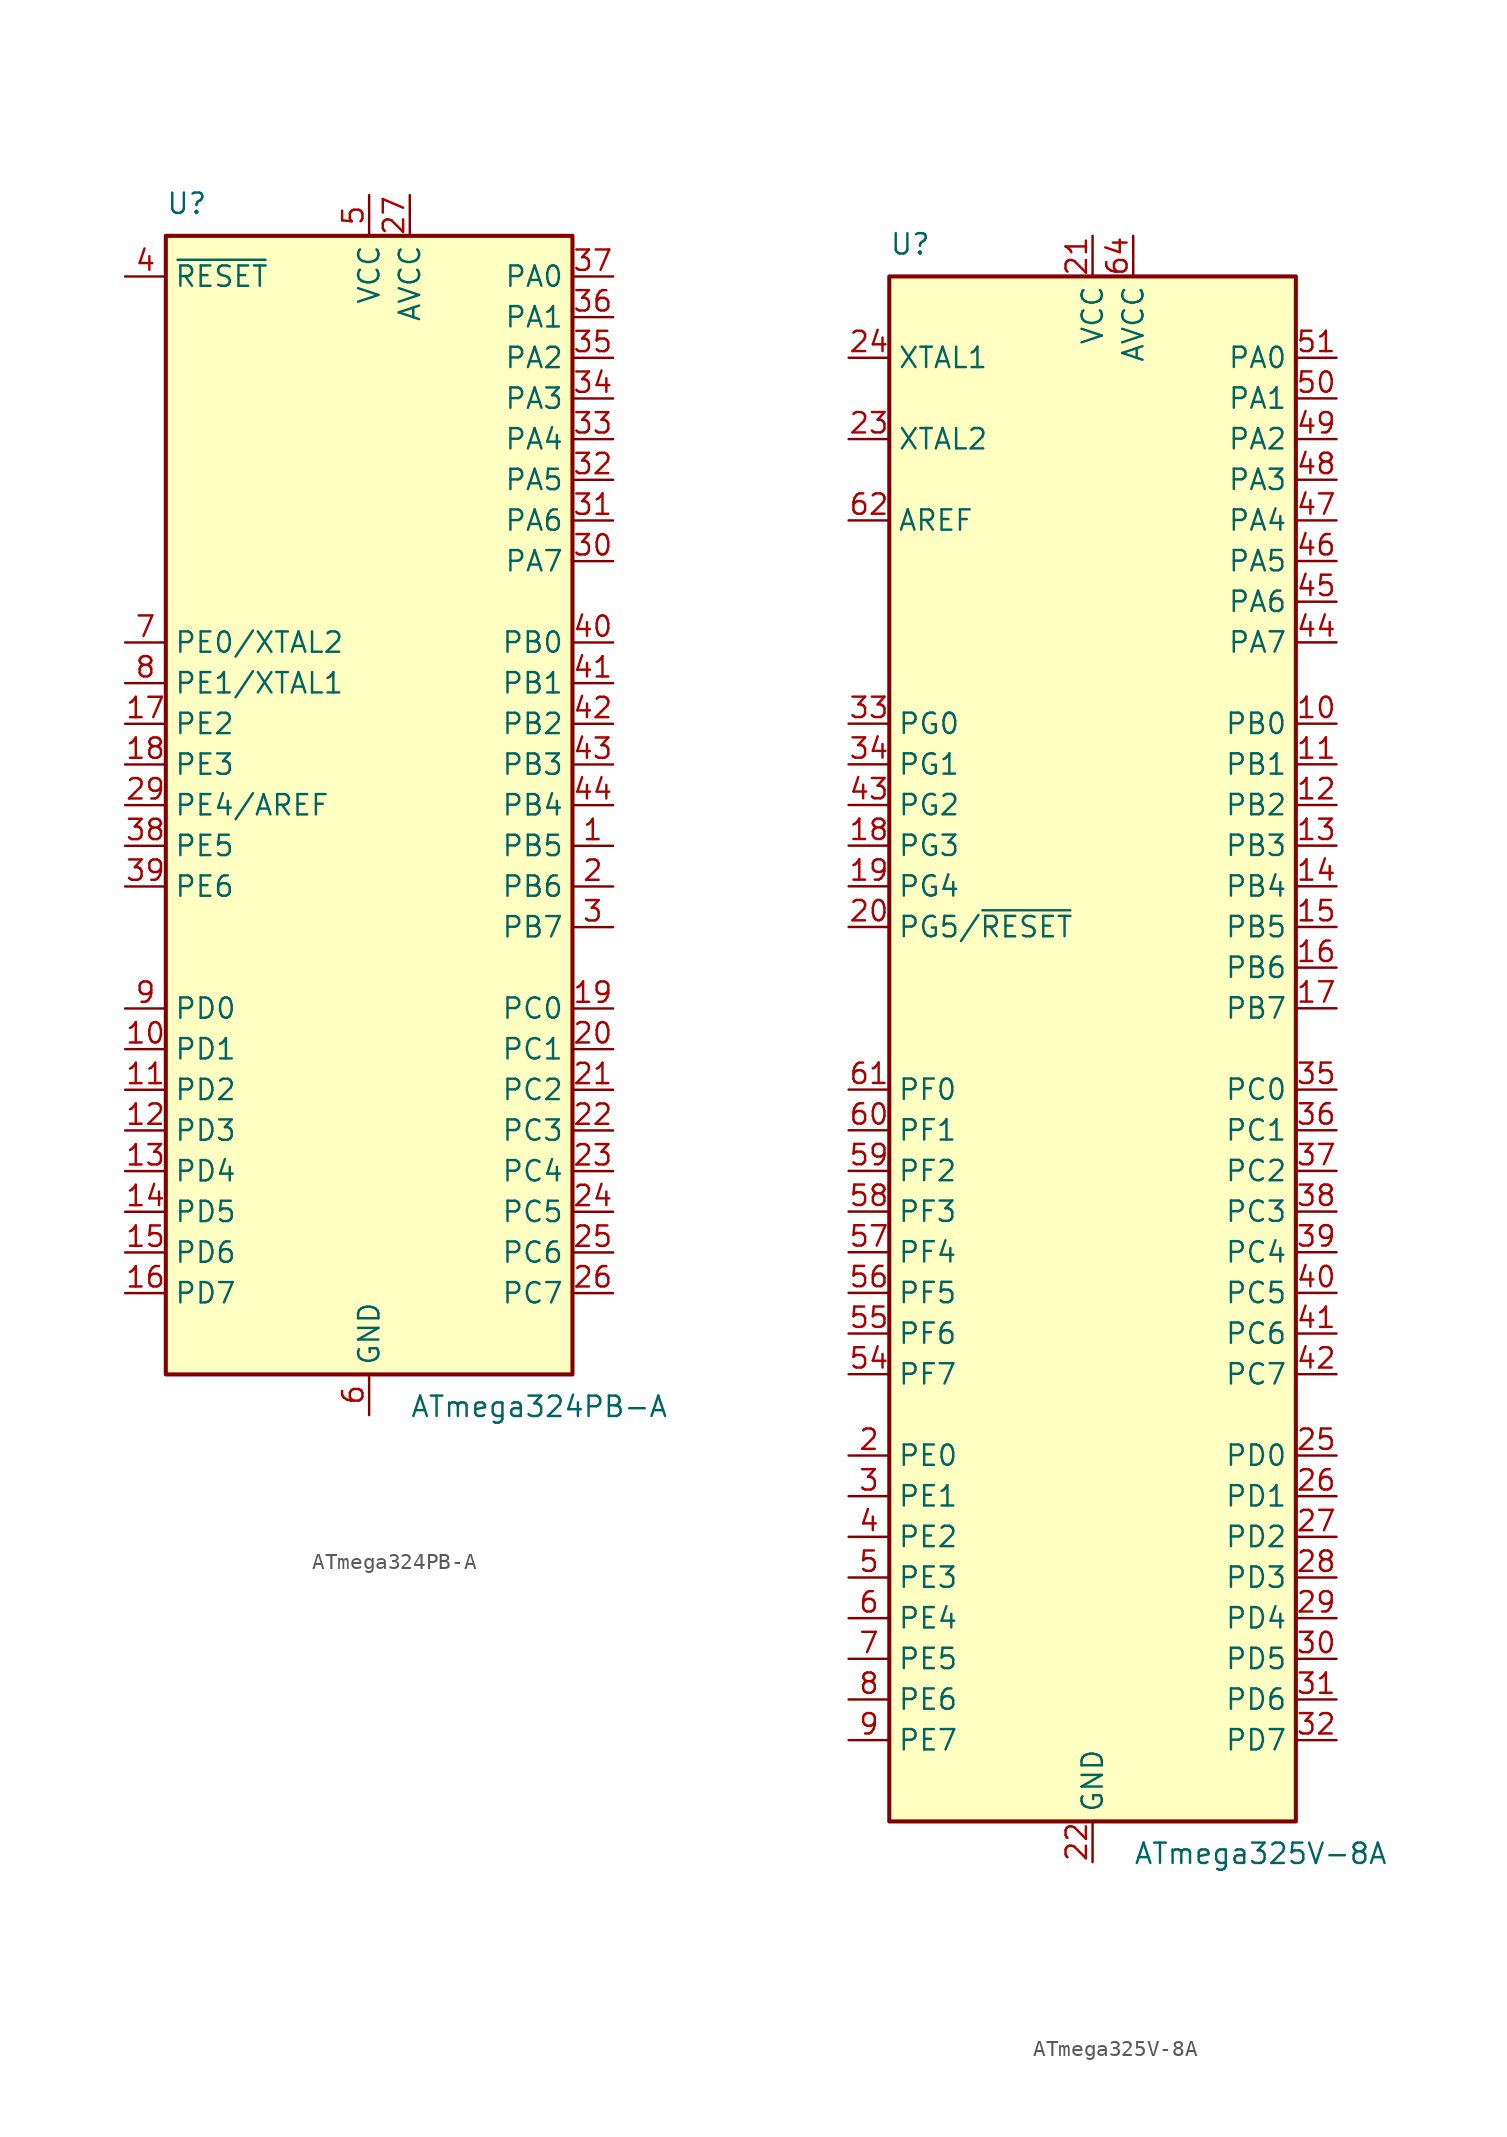
<source format=kicad_sym>
(kicad_symbol_lib
  (version 20211014)
  (generator kicad_symbol_editor)
  (symbol "ATmega324PB-A"
    (property "Reference" "U"
      (at -12.7 36.83 0)
      (effects (font (size 1.27 1.27)) (justify left bottom)))
    (property "Value" "ATmega324PB-A"
      (at 2.54 -36.83 0)
      (effects (font (size 1.27 1.27)) (justify left top)))
    (symbol "ATmega324PB-A_0_1"
      (rectangle (start -12.7 -35.56) (end 12.7 35.56) (stroke (width 0.254) (type default) (color 0 0 0 0)) (fill (type background))))
    (symbol "ATmega324PB-A_1_1"
      (pin bidirectional line (at 15.24 -2.54 180) (length 2.54) (name "PB5" (effects (font (size 1.27 1.27)))) (number "1" (effects (font (size 1.27 1.27)))))
      (pin bidirectional line (at -15.24 -15.24 0) (length 2.54) (name "PD1" (effects (font (size 1.27 1.27)))) (number "10" (effects (font (size 1.27 1.27)))))
      (pin bidirectional line (at -15.24 -17.78 0) (length 2.54) (name "PD2" (effects (font (size 1.27 1.27)))) (number "11" (effects (font (size 1.27 1.27)))))
      (pin bidirectional line (at -15.24 -20.32 0) (length 2.54) (name "PD3" (effects (font (size 1.27 1.27)))) (number "12" (effects (font (size 1.27 1.27)))))
      (pin bidirectional line (at -15.24 -22.86 0) (length 2.54) (name "PD4" (effects (font (size 1.27 1.27)))) (number "13" (effects (font (size 1.27 1.27)))))
      (pin bidirectional line (at -15.24 -25.4 0) (length 2.54) (name "PD5" (effects (font (size 1.27 1.27)))) (number "14" (effects (font (size 1.27 1.27)))))
      (pin bidirectional line (at -15.24 -27.94 0) (length 2.54) (name "PD6" (effects (font (size 1.27 1.27)))) (number "15" (effects (font (size 1.27 1.27)))))
      (pin bidirectional line (at -15.24 -30.48 0) (length 2.54) (name "PD7" (effects (font (size 1.27 1.27)))) (number "16" (effects (font (size 1.27 1.27)))))
      (pin bidirectional line (at -15.24 5.08 0) (length 2.54) (name "PE2" (effects (font (size 1.27 1.27)))) (number "17" (effects (font (size 1.27 1.27)))))
      (pin bidirectional line (at -15.24 2.54 0) (length 2.54) (name "PE3" (effects (font (size 1.27 1.27)))) (number "18" (effects (font (size 1.27 1.27)))))
      (pin bidirectional line (at 15.24 -12.7 180) (length 2.54) (name "PC0" (effects (font (size 1.27 1.27)))) (number "19" (effects (font (size 1.27 1.27)))))
      (pin bidirectional line (at 15.24 -5.08 180) (length 2.54) (name "PB6" (effects (font (size 1.27 1.27)))) (number "2" (effects (font (size 1.27 1.27)))))
      (pin bidirectional line (at 15.24 -15.24 180) (length 2.54) (name "PC1" (effects (font (size 1.27 1.27)))) (number "20" (effects (font (size 1.27 1.27)))))
      (pin bidirectional line (at 15.24 -17.78 180) (length 2.54) (name "PC2" (effects (font (size 1.27 1.27)))) (number "21" (effects (font (size 1.27 1.27)))))
      (pin bidirectional line (at 15.24 -20.32 180) (length 2.54) (name "PC3" (effects (font (size 1.27 1.27)))) (number "22" (effects (font (size 1.27 1.27)))))
      (pin bidirectional line (at 15.24 -22.86 180) (length 2.54) (name "PC4" (effects (font (size 1.27 1.27)))) (number "23" (effects (font (size 1.27 1.27)))))
      (pin bidirectional line (at 15.24 -25.4 180) (length 2.54) (name "PC5" (effects (font (size 1.27 1.27)))) (number "24" (effects (font (size 1.27 1.27)))))
      (pin bidirectional line (at 15.24 -27.94 180) (length 2.54) (name "PC6" (effects (font (size 1.27 1.27)))) (number "25" (effects (font (size 1.27 1.27)))))
      (pin bidirectional line (at 15.24 -30.48 180) (length 2.54) (name "PC7" (effects (font (size 1.27 1.27)))) (number "26" (effects (font (size 1.27 1.27)))))
      (pin power_in line (at 2.54 38.1 270) (length 2.54) (name "AVCC" (effects (font (size 1.27 1.27)))) (number "27" (effects (font (size 1.27 1.27)))))
      (pin passive line (at 0 -38.1 90) (length 2.54) hide (name "GND" (effects (font (size 1.27 1.27)))) (number "28" (effects (font (size 1.27 1.27)))))
      (pin bidirectional line (at -15.24 0 0) (length 2.54) (name "PE4/AREF" (effects (font (size 1.27 1.27)))) (number "29" (effects (font (size 1.27 1.27)))))
      (pin bidirectional line (at 15.24 -7.62 180) (length 2.54) (name "PB7" (effects (font (size 1.27 1.27)))) (number "3" (effects (font (size 1.27 1.27)))))
      (pin bidirectional line (at 15.24 15.24 180) (length 2.54) (name "PA7" (effects (font (size 1.27 1.27)))) (number "30" (effects (font (size 1.27 1.27)))))
      (pin bidirectional line (at 15.24 17.78 180) (length 2.54) (name "PA6" (effects (font (size 1.27 1.27)))) (number "31" (effects (font (size 1.27 1.27)))))
      (pin bidirectional line (at 15.24 20.32 180) (length 2.54) (name "PA5" (effects (font (size 1.27 1.27)))) (number "32" (effects (font (size 1.27 1.27)))))
      (pin bidirectional line (at 15.24 22.86 180) (length 2.54) (name "PA4" (effects (font (size 1.27 1.27)))) (number "33" (effects (font (size 1.27 1.27)))))
      (pin bidirectional line (at 15.24 25.4 180) (length 2.54) (name "PA3" (effects (font (size 1.27 1.27)))) (number "34" (effects (font (size 1.27 1.27)))))
      (pin bidirectional line (at 15.24 27.94 180) (length 2.54) (name "PA2" (effects (font (size 1.27 1.27)))) (number "35" (effects (font (size 1.27 1.27)))))
      (pin bidirectional line (at 15.24 30.48 180) (length 2.54) (name "PA1" (effects (font (size 1.27 1.27)))) (number "36" (effects (font (size 1.27 1.27)))))
      (pin bidirectional line (at 15.24 33.02 180) (length 2.54) (name "PA0" (effects (font (size 1.27 1.27)))) (number "37" (effects (font (size 1.27 1.27)))))
      (pin bidirectional line (at -15.24 -2.54 0) (length 2.54) (name "PE5" (effects (font (size 1.27 1.27)))) (number "38" (effects (font (size 1.27 1.27)))))
      (pin bidirectional line (at -15.24 -5.08 0) (length 2.54) (name "PE6" (effects (font (size 1.27 1.27)))) (number "39" (effects (font (size 1.27 1.27)))))
      (pin input line (at -15.24 33.02 0) (length 2.54) (name "~{RESET}" (effects (font (size 1.27 1.27)))) (number "4" (effects (font (size 1.27 1.27)))))
      (pin bidirectional line (at 15.24 10.16 180) (length 2.54) (name "PB0" (effects (font (size 1.27 1.27)))) (number "40" (effects (font (size 1.27 1.27)))))
      (pin bidirectional line (at 15.24 7.62 180) (length 2.54) (name "PB1" (effects (font (size 1.27 1.27)))) (number "41" (effects (font (size 1.27 1.27)))))
      (pin bidirectional line (at 15.24 5.08 180) (length 2.54) (name "PB2" (effects (font (size 1.27 1.27)))) (number "42" (effects (font (size 1.27 1.27)))))
      (pin bidirectional line (at 15.24 2.54 180) (length 2.54) (name "PB3" (effects (font (size 1.27 1.27)))) (number "43" (effects (font (size 1.27 1.27)))))
      (pin bidirectional line (at 15.24 0 180) (length 2.54) (name "PB4" (effects (font (size 1.27 1.27)))) (number "44" (effects (font (size 1.27 1.27)))))
      (pin power_in line (at 0 38.1 270) (length 2.54) (name "VCC" (effects (font (size 1.27 1.27)))) (number "5" (effects (font (size 1.27 1.27)))))
      (pin power_in line (at 0 -38.1 90) (length 2.54) (name "GND" (effects (font (size 1.27 1.27)))) (number "6" (effects (font (size 1.27 1.27)))))
      (pin bidirectional line (at -15.24 10.16 0) (length 2.54) (name "PE0/XTAL2" (effects (font (size 1.27 1.27)))) (number "7" (effects (font (size 1.27 1.27)))))
      (pin bidirectional line (at -15.24 7.62 0) (length 2.54) (name "PE1/XTAL1" (effects (font (size 1.27 1.27)))) (number "8" (effects (font (size 1.27 1.27)))))
      (pin bidirectional line (at -15.24 -12.7 0) (length 2.54) (name "PD0" (effects (font (size 1.27 1.27)))) (number "9" (effects (font (size 1.27 1.27)))))))
  (symbol "ATmega325V-8A"
    (property "Reference" "U"
      (at -12.7 49.53 0)
      (effects (font (size 1.27 1.27)) (justify left bottom)))
    (property "Value" "ATmega325V-8A"
      (at 2.54 -49.53 0)
      (effects (font (size 1.27 1.27)) (justify left top)))
    (symbol "ATmega325V-8A_0_1"
      (rectangle (start -12.7 -48.26) (end 12.7 48.26) (stroke (width 0.254) (type default) (color 0 0 0 0)) (fill (type background))))
    (symbol "ATmega325V-8A_1_1"
      (pin no_connect line (at -12.7 -45.72 0) (length 2.54) hide (name "NC" (effects (font (size 1.27 1.27)))) (number "1" (effects (font (size 1.27 1.27)))))
      (pin bidirectional line (at 15.24 20.32 180) (length 2.54) (name "PB0" (effects (font (size 1.27 1.27)))) (number "10" (effects (font (size 1.27 1.27)))))
      (pin bidirectional line (at 15.24 17.78 180) (length 2.54) (name "PB1" (effects (font (size 1.27 1.27)))) (number "11" (effects (font (size 1.27 1.27)))))
      (pin bidirectional line (at 15.24 15.24 180) (length 2.54) (name "PB2" (effects (font (size 1.27 1.27)))) (number "12" (effects (font (size 1.27 1.27)))))
      (pin bidirectional line (at 15.24 12.7 180) (length 2.54) (name "PB3" (effects (font (size 1.27 1.27)))) (number "13" (effects (font (size 1.27 1.27)))))
      (pin bidirectional line (at 15.24 10.16 180) (length 2.54) (name "PB4" (effects (font (size 1.27 1.27)))) (number "14" (effects (font (size 1.27 1.27)))))
      (pin bidirectional line (at 15.24 7.62 180) (length 2.54) (name "PB5" (effects (font (size 1.27 1.27)))) (number "15" (effects (font (size 1.27 1.27)))))
      (pin bidirectional line (at 15.24 5.08 180) (length 2.54) (name "PB6" (effects (font (size 1.27 1.27)))) (number "16" (effects (font (size 1.27 1.27)))))
      (pin bidirectional line (at 15.24 2.54 180) (length 2.54) (name "PB7" (effects (font (size 1.27 1.27)))) (number "17" (effects (font (size 1.27 1.27)))))
      (pin bidirectional line (at -15.24 12.7 0) (length 2.54) (name "PG3" (effects (font (size 1.27 1.27)))) (number "18" (effects (font (size 1.27 1.27)))))
      (pin bidirectional line (at -15.24 10.16 0) (length 2.54) (name "PG4" (effects (font (size 1.27 1.27)))) (number "19" (effects (font (size 1.27 1.27)))))
      (pin bidirectional line (at -15.24 -25.4 0) (length 2.54) (name "PE0" (effects (font (size 1.27 1.27)))) (number "2" (effects (font (size 1.27 1.27)))))
      (pin bidirectional line (at -15.24 7.62 0) (length 2.54) (name "PG5/~{RESET}" (effects (font (size 1.27 1.27)))) (number "20" (effects (font (size 1.27 1.27)))))
      (pin power_in line (at 0 50.8 270) (length 2.54) (name "VCC" (effects (font (size 1.27 1.27)))) (number "21" (effects (font (size 1.27 1.27)))))
      (pin power_in line (at 0 -50.8 90) (length 2.54) (name "GND" (effects (font (size 1.27 1.27)))) (number "22" (effects (font (size 1.27 1.27)))))
      (pin output line (at -15.24 38.1 0) (length 2.54) (name "XTAL2" (effects (font (size 1.27 1.27)))) (number "23" (effects (font (size 1.27 1.27)))))
      (pin input line (at -15.24 43.18 0) (length 2.54) (name "XTAL1" (effects (font (size 1.27 1.27)))) (number "24" (effects (font (size 1.27 1.27)))))
      (pin bidirectional line (at 15.24 -25.4 180) (length 2.54) (name "PD0" (effects (font (size 1.27 1.27)))) (number "25" (effects (font (size 1.27 1.27)))))
      (pin bidirectional line (at 15.24 -27.94 180) (length 2.54) (name "PD1" (effects (font (size 1.27 1.27)))) (number "26" (effects (font (size 1.27 1.27)))))
      (pin bidirectional line (at 15.24 -30.48 180) (length 2.54) (name "PD2" (effects (font (size 1.27 1.27)))) (number "27" (effects (font (size 1.27 1.27)))))
      (pin bidirectional line (at 15.24 -33.02 180) (length 2.54) (name "PD3" (effects (font (size 1.27 1.27)))) (number "28" (effects (font (size 1.27 1.27)))))
      (pin bidirectional line (at 15.24 -35.56 180) (length 2.54) (name "PD4" (effects (font (size 1.27 1.27)))) (number "29" (effects (font (size 1.27 1.27)))))
      (pin bidirectional line (at -15.24 -27.94 0) (length 2.54) (name "PE1" (effects (font (size 1.27 1.27)))) (number "3" (effects (font (size 1.27 1.27)))))
      (pin bidirectional line (at 15.24 -38.1 180) (length 2.54) (name "PD5" (effects (font (size 1.27 1.27)))) (number "30" (effects (font (size 1.27 1.27)))))
      (pin bidirectional line (at 15.24 -40.64 180) (length 2.54) (name "PD6" (effects (font (size 1.27 1.27)))) (number "31" (effects (font (size 1.27 1.27)))))
      (pin bidirectional line (at 15.24 -43.18 180) (length 2.54) (name "PD7" (effects (font (size 1.27 1.27)))) (number "32" (effects (font (size 1.27 1.27)))))
      (pin bidirectional line (at -15.24 20.32 0) (length 2.54) (name "PG0" (effects (font (size 1.27 1.27)))) (number "33" (effects (font (size 1.27 1.27)))))
      (pin bidirectional line (at -15.24 17.78 0) (length 2.54) (name "PG1" (effects (font (size 1.27 1.27)))) (number "34" (effects (font (size 1.27 1.27)))))
      (pin bidirectional line (at 15.24 -2.54 180) (length 2.54) (name "PC0" (effects (font (size 1.27 1.27)))) (number "35" (effects (font (size 1.27 1.27)))))
      (pin bidirectional line (at 15.24 -5.08 180) (length 2.54) (name "PC1" (effects (font (size 1.27 1.27)))) (number "36" (effects (font (size 1.27 1.27)))))
      (pin bidirectional line (at 15.24 -7.62 180) (length 2.54) (name "PC2" (effects (font (size 1.27 1.27)))) (number "37" (effects (font (size 1.27 1.27)))))
      (pin bidirectional line (at 15.24 -10.16 180) (length 2.54) (name "PC3" (effects (font (size 1.27 1.27)))) (number "38" (effects (font (size 1.27 1.27)))))
      (pin bidirectional line (at 15.24 -12.7 180) (length 2.54) (name "PC4" (effects (font (size 1.27 1.27)))) (number "39" (effects (font (size 1.27 1.27)))))
      (pin bidirectional line (at -15.24 -30.48 0) (length 2.54) (name "PE2" (effects (font (size 1.27 1.27)))) (number "4" (effects (font (size 1.27 1.27)))))
      (pin bidirectional line (at 15.24 -15.24 180) (length 2.54) (name "PC5" (effects (font (size 1.27 1.27)))) (number "40" (effects (font (size 1.27 1.27)))))
      (pin bidirectional line (at 15.24 -17.78 180) (length 2.54) (name "PC6" (effects (font (size 1.27 1.27)))) (number "41" (effects (font (size 1.27 1.27)))))
      (pin bidirectional line (at 15.24 -20.32 180) (length 2.54) (name "PC7" (effects (font (size 1.27 1.27)))) (number "42" (effects (font (size 1.27 1.27)))))
      (pin bidirectional line (at -15.24 15.24 0) (length 2.54) (name "PG2" (effects (font (size 1.27 1.27)))) (number "43" (effects (font (size 1.27 1.27)))))
      (pin bidirectional line (at 15.24 25.4 180) (length 2.54) (name "PA7" (effects (font (size 1.27 1.27)))) (number "44" (effects (font (size 1.27 1.27)))))
      (pin bidirectional line (at 15.24 27.94 180) (length 2.54) (name "PA6" (effects (font (size 1.27 1.27)))) (number "45" (effects (font (size 1.27 1.27)))))
      (pin bidirectional line (at 15.24 30.48 180) (length 2.54) (name "PA5" (effects (font (size 1.27 1.27)))) (number "46" (effects (font (size 1.27 1.27)))))
      (pin bidirectional line (at 15.24 33.02 180) (length 2.54) (name "PA4" (effects (font (size 1.27 1.27)))) (number "47" (effects (font (size 1.27 1.27)))))
      (pin bidirectional line (at 15.24 35.56 180) (length 2.54) (name "PA3" (effects (font (size 1.27 1.27)))) (number "48" (effects (font (size 1.27 1.27)))))
      (pin bidirectional line (at 15.24 38.1 180) (length 2.54) (name "PA2" (effects (font (size 1.27 1.27)))) (number "49" (effects (font (size 1.27 1.27)))))
      (pin bidirectional line (at -15.24 -33.02 0) (length 2.54) (name "PE3" (effects (font (size 1.27 1.27)))) (number "5" (effects (font (size 1.27 1.27)))))
      (pin bidirectional line (at 15.24 40.64 180) (length 2.54) (name "PA1" (effects (font (size 1.27 1.27)))) (number "50" (effects (font (size 1.27 1.27)))))
      (pin bidirectional line (at 15.24 43.18 180) (length 2.54) (name "PA0" (effects (font (size 1.27 1.27)))) (number "51" (effects (font (size 1.27 1.27)))))
      (pin passive line (at 0 50.8 270) (length 2.54) hide (name "VCC" (effects (font (size 1.27 1.27)))) (number "52" (effects (font (size 1.27 1.27)))))
      (pin passive line (at 0 -50.8 90) (length 2.54) hide (name "GND" (effects (font (size 1.27 1.27)))) (number "53" (effects (font (size 1.27 1.27)))))
      (pin bidirectional line (at -15.24 -20.32 0) (length 2.54) (name "PF7" (effects (font (size 1.27 1.27)))) (number "54" (effects (font (size 1.27 1.27)))))
      (pin bidirectional line (at -15.24 -17.78 0) (length 2.54) (name "PF6" (effects (font (size 1.27 1.27)))) (number "55" (effects (font (size 1.27 1.27)))))
      (pin bidirectional line (at -15.24 -15.24 0) (length 2.54) (name "PF5" (effects (font (size 1.27 1.27)))) (number "56" (effects (font (size 1.27 1.27)))))
      (pin bidirectional line (at -15.24 -12.7 0) (length 2.54) (name "PF4" (effects (font (size 1.27 1.27)))) (number "57" (effects (font (size 1.27 1.27)))))
      (pin bidirectional line (at -15.24 -10.16 0) (length 2.54) (name "PF3" (effects (font (size 1.27 1.27)))) (number "58" (effects (font (size 1.27 1.27)))))
      (pin bidirectional line (at -15.24 -7.62 0) (length 2.54) (name "PF2" (effects (font (size 1.27 1.27)))) (number "59" (effects (font (size 1.27 1.27)))))
      (pin bidirectional line (at -15.24 -35.56 0) (length 2.54) (name "PE4" (effects (font (size 1.27 1.27)))) (number "6" (effects (font (size 1.27 1.27)))))
      (pin bidirectional line (at -15.24 -5.08 0) (length 2.54) (name "PF1" (effects (font (size 1.27 1.27)))) (number "60" (effects (font (size 1.27 1.27)))))
      (pin bidirectional line (at -15.24 -2.54 0) (length 2.54) (name "PF0" (effects (font (size 1.27 1.27)))) (number "61" (effects (font (size 1.27 1.27)))))
      (pin passive line (at -15.24 33.02 0) (length 2.54) (name "AREF" (effects (font (size 1.27 1.27)))) (number "62" (effects (font (size 1.27 1.27)))))
      (pin passive line (at 0 -50.8 90) (length 2.54) hide (name "GND" (effects (font (size 1.27 1.27)))) (number "63" (effects (font (size 1.27 1.27)))))
      (pin power_in line (at 2.54 50.8 270) (length 2.54) (name "AVCC" (effects (font (size 1.27 1.27)))) (number "64" (effects (font (size 1.27 1.27)))))
      (pin bidirectional line (at -15.24 -38.1 0) (length 2.54) (name "PE5" (effects (font (size 1.27 1.27)))) (number "7" (effects (font (size 1.27 1.27)))))
      (pin bidirectional line (at -15.24 -40.64 0) (length 2.54) (name "PE6" (effects (font (size 1.27 1.27)))) (number "8" (effects (font (size 1.27 1.27)))))
      (pin bidirectional line (at -15.24 -43.18 0) (length 2.54) (name "PE7" (effects (font (size 1.27 1.27)))) (number "9" (effects (font (size 1.27 1.27))))))))
</source>
